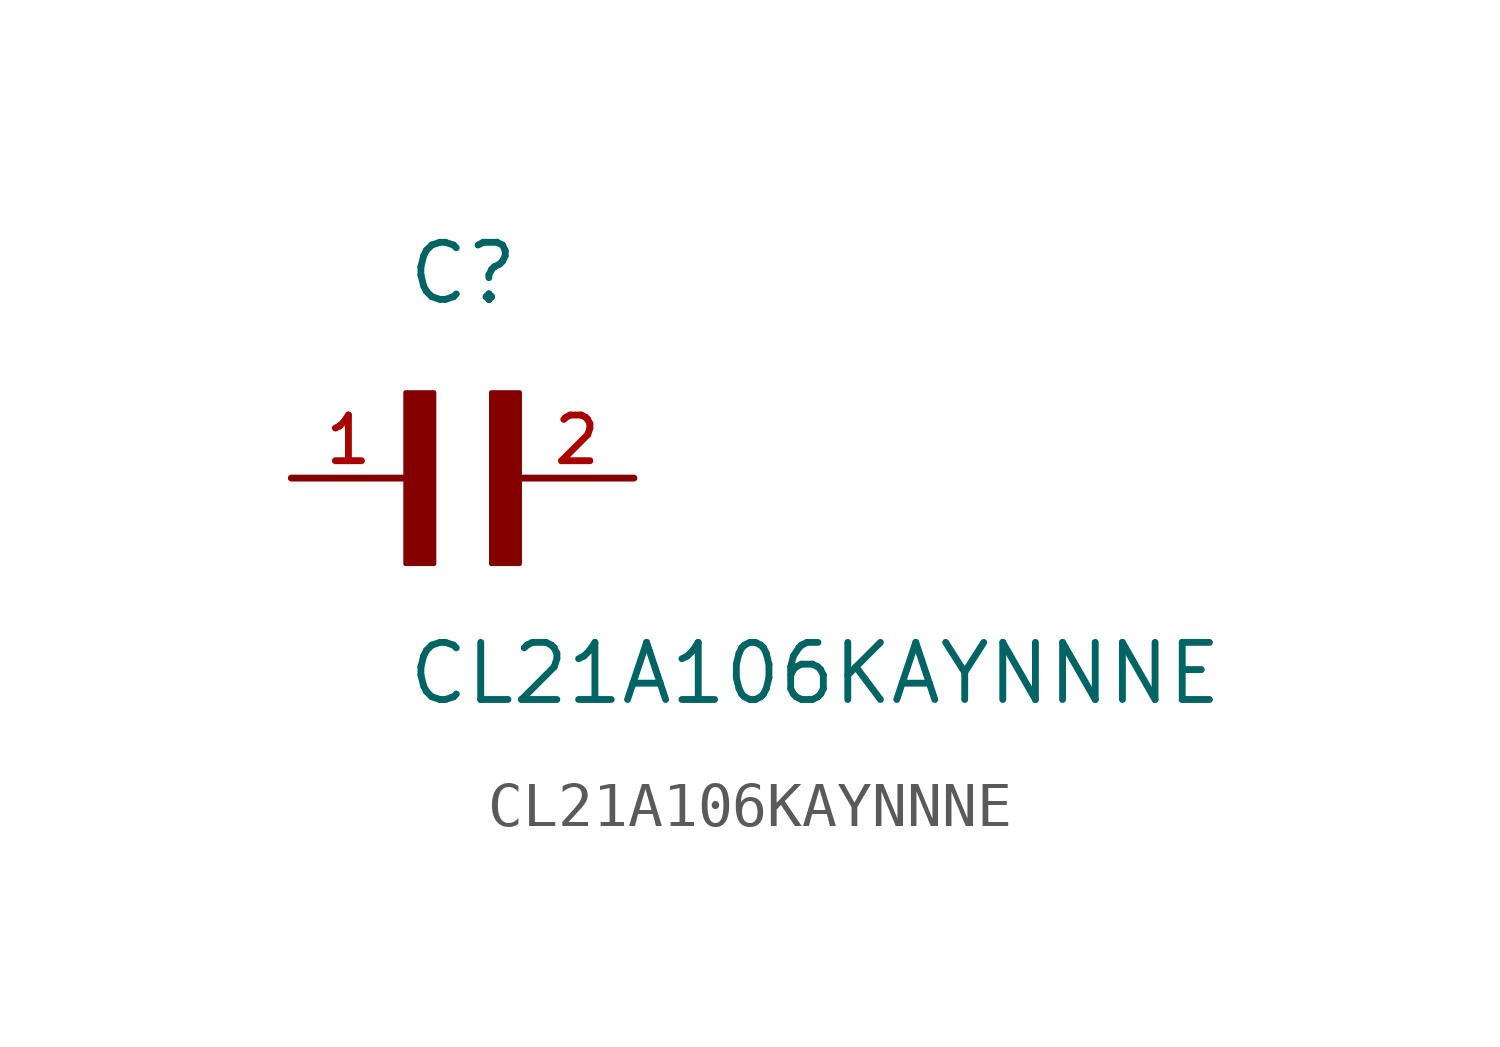
<source format=kicad_sym>
(kicad_symbol_lib
  (version 20211014)
  (generator kicad_symbol_editor)
  (symbol "CL21A106KAYNNNE"
    (pin_names
      (offset 1.016))
    (property "Reference" "C"
      (at 0.0 3.811 0)
      (effects (font (size 1.27 1.27)) (justify bottom left)))
    (property "Value" "CL21A106KAYNNNE"
      (at 0.0 -5.088 0)
      (effects (font (size 1.27 1.27)) (justify bottom left)))
    (symbol "CL21A106KAYNNNE_0_0"
      (rectangle (start 0.0 -1.907) (end 0.635 1.905) (stroke (width 0.1)) (fill (type outline)))
      (rectangle (start 1.907 -1.907) (end 2.54 1.905) (stroke (width 0.1)) (fill (type outline)))
      (pin passive line (at 5.08 0.0 180.0) (length 2.54) (name "~" (effects (font (size 1.016 1.016)))) (number "2" (effects (font (size 1.016 1.016)))))
      (pin passive line (at -2.54 0.0 0) (length 2.54) (name "~" (effects (font (size 1.016 1.016)))) (number "1" (effects (font (size 1.016 1.016))))))))
</source>
